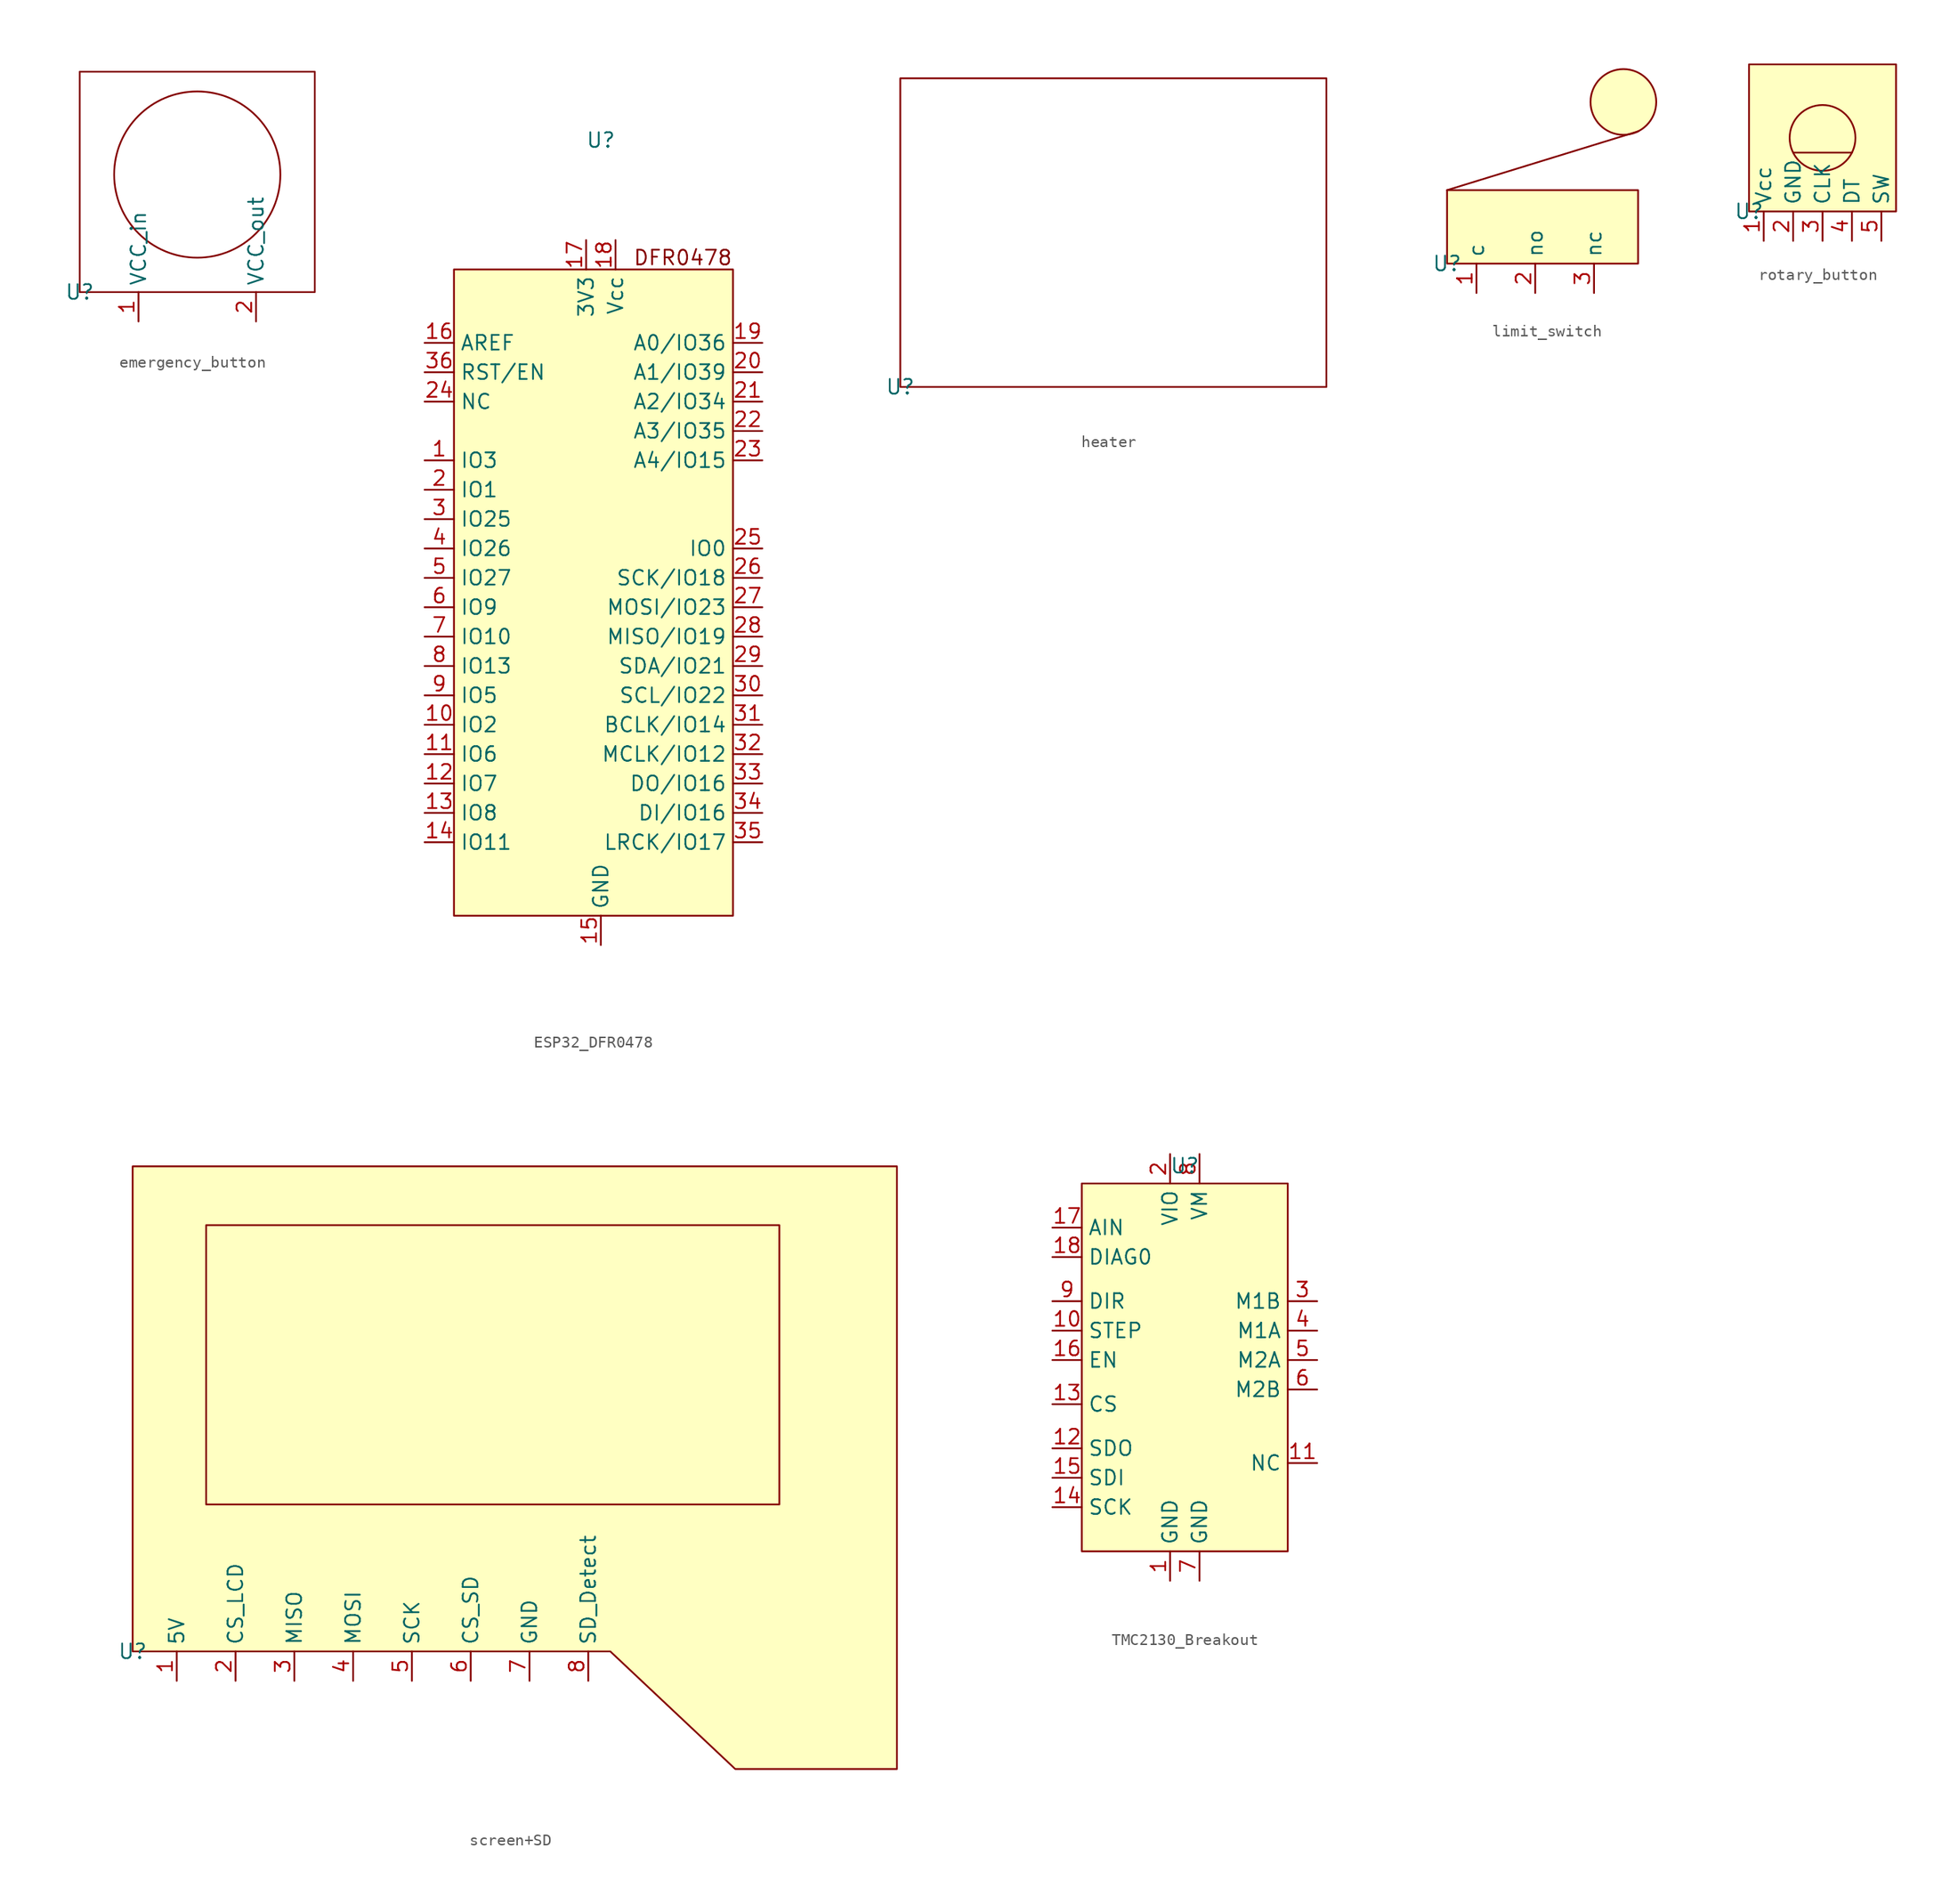
<source format=kicad_sym>
(kicad_symbol_lib
  (version 20241209)
  (generator "kicad_symbol_editor")
  (generator_version "9.0")
  (symbol "emergency_button"
    (property "Reference" "U"
      (at 0 0 0)
      (effects (font (size 1.27 1.27))))
    (property "Value" ""
      (at 0 0 0)
      (effects (font (size 1.27 1.27))))
    (symbol "emergency_button_0_1"
      (rectangle (start 0 19.05) (end 20.32 0) (stroke (width 0) (type default)) (fill (type none)))
      (circle (center 10.16 10.16) (radius 7.184) (stroke (width 0) (type default)) (fill (type none))))
    (symbol "emergency_button_1_1"
      (pin input line (at 5.08 -2.54 90) (length 2.54) (name "VCC_in" (effects (font (size 1.27 1.27)))) (number "1" (effects (font (size 1.27 1.27)))))
      (pin input line (at 15.24 -2.54 90) (length 2.54) (name "VCC_out" (effects (font (size 1.27 1.27)))) (number "2" (effects (font (size 1.27 1.27)))))))
  (symbol "ESP32_DFR0478"
    (property "Reference" "U"
      (at 0 17.526 0)
      (effects (font (size 1.27 1.27))))
    (property "Value" ""
      (at 0 0 0)
      (effects (font (size 1.27 1.27))))
    (symbol "ESP32_DFR0478_1_1"
      (rectangle (start -12.7 6.35) (end 11.43 -49.53) (stroke (width 0) (type solid)) (fill (type background)))
      (text "DFR0478" (at 11.43 7.366 0) (effects (font (size 1.27 1.27)) (justify right)))
      (pin input line (at -15.24 0 0) (length 2.54) (name "AREF" (effects (font (size 1.27 1.27)))) (number "16" (effects (font (size 1.27 1.27)))))
      (pin input line (at -15.24 -2.54 0) (length 2.54) (name "RST/EN" (effects (font (size 1.27 1.27)))) (number "36" (effects (font (size 1.27 1.27)))))
      (pin input line (at -15.24 -5.08 0) (length 2.54) (name "NC" (effects (font (size 1.27 1.27)))) (number "24" (effects (font (size 1.27 1.27)))))
      (pin input line (at -15.24 -10.16 0) (length 2.54) (name "IO3" (effects (font (size 1.27 1.27)))) (number "1" (effects (font (size 1.27 1.27)))))
      (pin input line (at -15.24 -12.7 0) (length 2.54) (name "IO1" (effects (font (size 1.27 1.27)))) (number "2" (effects (font (size 1.27 1.27)))))
      (pin input line (at -15.24 -15.24 0) (length 2.54) (name "IO25" (effects (font (size 1.27 1.27)))) (number "3" (effects (font (size 1.27 1.27)))))
      (pin input line (at -15.24 -17.78 0) (length 2.54) (name "IO26" (effects (font (size 1.27 1.27)))) (number "4" (effects (font (size 1.27 1.27)))))
      (pin input line (at -15.24 -20.32 0) (length 2.54) (name "IO27" (effects (font (size 1.27 1.27)))) (number "5" (effects (font (size 1.27 1.27)))))
      (pin input line (at -15.24 -22.86 0) (length 2.54) (name "IO9" (effects (font (size 1.27 1.27)))) (number "6" (effects (font (size 1.27 1.27)))))
      (pin input line (at -15.24 -25.4 0) (length 2.54) (name "IO10" (effects (font (size 1.27 1.27)))) (number "7" (effects (font (size 1.27 1.27)))))
      (pin input line (at -15.24 -27.94 0) (length 2.54) (name "IO13" (effects (font (size 1.27 1.27)))) (number "8" (effects (font (size 1.27 1.27)))))
      (pin input line (at -15.24 -30.48 0) (length 2.54) (name "IO5" (effects (font (size 1.27 1.27)))) (number "9" (effects (font (size 1.27 1.27)))))
      (pin input line (at -15.24 -33.02 0) (length 2.54) (name "IO2" (effects (font (size 1.27 1.27)))) (number "10" (effects (font (size 1.27 1.27)))))
      (pin input line (at -15.24 -35.56 0) (length 2.54) (name "IO6" (effects (font (size 1.27 1.27)))) (number "11" (effects (font (size 1.27 1.27)))))
      (pin input line (at -15.24 -38.1 0) (length 2.54) (name "IO7" (effects (font (size 1.27 1.27)))) (number "12" (effects (font (size 1.27 1.27)))))
      (pin input line (at -15.24 -40.64 0) (length 2.54) (name "IO8" (effects (font (size 1.27 1.27)))) (number "13" (effects (font (size 1.27 1.27)))))
      (pin input line (at -15.24 -43.18 0) (length 2.54) (name "IO11" (effects (font (size 1.27 1.27)))) (number "14" (effects (font (size 1.27 1.27)))))
      (pin input line (at -1.27 8.89 270) (length 2.54) (name "3V3" (effects (font (size 1.27 1.27)))) (number "17" (effects (font (size 1.27 1.27)))))
      (pin input line (at 0 -52.07 90) (length 2.54) (name "GND" (effects (font (size 1.27 1.27)))) (number "15" (effects (font (size 1.27 1.27)))))
      (pin input line (at 1.27 8.89 270) (length 2.54) (name "Vcc" (effects (font (size 1.27 1.27)))) (number "18" (effects (font (size 1.27 1.27)))))
      (pin input line (at 13.97 0 180) (length 2.54) (name "A0/IO36" (effects (font (size 1.27 1.27)))) (number "19" (effects (font (size 1.27 1.27)))))
      (pin input line (at 13.97 -2.54 180) (length 2.54) (name "A1/IO39" (effects (font (size 1.27 1.27)))) (number "20" (effects (font (size 1.27 1.27)))))
      (pin input line (at 13.97 -5.08 180) (length 2.54) (name "A2/IO34" (effects (font (size 1.27 1.27)))) (number "21" (effects (font (size 1.27 1.27)))))
      (pin input line (at 13.97 -7.62 180) (length 2.54) (name "A3/IO35" (effects (font (size 1.27 1.27)))) (number "22" (effects (font (size 1.27 1.27)))))
      (pin input line (at 13.97 -10.16 180) (length 2.54) (name "A4/IO15" (effects (font (size 1.27 1.27)))) (number "23" (effects (font (size 1.27 1.27)))))
      (pin input line (at 13.97 -17.78 180) (length 2.54) (name "IO0" (effects (font (size 1.27 1.27)))) (number "25" (effects (font (size 1.27 1.27)))))
      (pin input line (at 13.97 -20.32 180) (length 2.54) (name "SCK/IO18" (effects (font (size 1.27 1.27)))) (number "26" (effects (font (size 1.27 1.27)))))
      (pin input line (at 13.97 -22.86 180) (length 2.54) (name "MOSI/IO23" (effects (font (size 1.27 1.27)))) (number "27" (effects (font (size 1.27 1.27)))))
      (pin input line (at 13.97 -25.4 180) (length 2.54) (name "MISO/IO19" (effects (font (size 1.27 1.27)))) (number "28" (effects (font (size 1.27 1.27)))))
      (pin input line (at 13.97 -27.94 180) (length 2.54) (name "SDA/IO21" (effects (font (size 1.27 1.27)))) (number "29" (effects (font (size 1.27 1.27)))))
      (pin input line (at 13.97 -30.48 180) (length 2.54) (name "SCL/IO22" (effects (font (size 1.27 1.27)))) (number "30" (effects (font (size 1.27 1.27)))))
      (pin input line (at 13.97 -33.02 180) (length 2.54) (name "BCLK/IO14" (effects (font (size 1.27 1.27)))) (number "31" (effects (font (size 1.27 1.27)))))
      (pin input line (at 13.97 -35.56 180) (length 2.54) (name "MCLK/IO12" (effects (font (size 1.27 1.27)))) (number "32" (effects (font (size 1.27 1.27)))))
      (pin input line (at 13.97 -38.1 180) (length 2.54) (name "DO/IO16" (effects (font (size 1.27 1.27)))) (number "33" (effects (font (size 1.27 1.27)))))
      (pin input line (at 13.97 -40.64 180) (length 2.54) (name "DI/IO16" (effects (font (size 1.27 1.27)))) (number "34" (effects (font (size 1.27 1.27)))))
      (pin input line (at 13.97 -43.18 180) (length 2.54) (name "LRCK/IO17" (effects (font (size 1.27 1.27)))) (number "35" (effects (font (size 1.27 1.27)))))))
  (symbol "heater"
    (property "Reference" "U"
      (at 0 0 0)
      (effects (font (size 1.27 1.27))))
    (property "Value" ""
      (at 0 0 0)
      (effects (font (size 1.27 1.27))))
    (symbol "heater_0_1"
      (rectangle (start 0 0) (end 36.83 26.67) (stroke (width 0) (type default)) (fill (type none)))))
  (symbol "limit_switch"
    (property "Reference" "U"
      (at 0 0 0)
      (effects (font (size 1.27 1.27))))
    (property "Value" ""
      (at 0 0 0)
      (effects (font (size 1.27 1.27))))
    (symbol "limit_switch_0_1"
      (polyline (pts (xy 0 6.35) (xy 16.51 11.43)) (stroke (width 0) (type default)) (fill (type none))))
    (symbol "limit_switch_1_1"
      (rectangle (start 0 6.35) (end 16.51 0) (stroke (width 0) (type solid)) (fill (type background)))
      (circle (center 15.24 13.97) (radius 2.84) (stroke (width 0) (type solid)) (fill (type background)))
      (pin input line (at 2.54 -2.54 90) (length 2.54) (name "c" (effects (font (size 1.27 1.27)))) (number "1" (effects (font (size 1.27 1.27)))))
      (pin input line (at 7.62 -2.54 90) (length 2.54) (name "no" (effects (font (size 1.27 1.27)))) (number "2" (effects (font (size 1.27 1.27)))))
      (pin input line (at 12.7 -2.54 90) (length 2.54) (name "nc" (effects (font (size 1.27 1.27)))) (number "3" (effects (font (size 1.27 1.27)))))))
  (symbol "rotary_button"
    (property "Reference" "U"
      (at 0 0 0)
      (effects (font (size 1.27 1.27))))
    (property "Value" ""
      (at 0 0 0)
      (effects (font (size 1.27 1.27))))
    (symbol "rotary_button_0_1"
      (polyline (pts (xy 3.81 5.08) (xy 8.89 5.08)) (stroke (width 0) (type default)) (fill (type none)))
      (circle (center 6.35 6.35) (radius 2.84) (stroke (width 0) (type default)) (fill (type none))))
    (symbol "rotary_button_1_1"
      (rectangle (start 0 12.7) (end 12.7 0) (stroke (width 0) (type solid)) (fill (type background)))
      (pin input line (at 1.27 -2.54 90) (length 2.54) (name "Vcc" (effects (font (size 1.27 1.27)))) (number "1" (effects (font (size 1.27 1.27)))))
      (pin input line (at 3.81 -2.54 90) (length 2.54) (name "GND" (effects (font (size 1.27 1.27)))) (number "2" (effects (font (size 1.27 1.27)))))
      (pin input line (at 6.35 -2.54 90) (length 2.54) (name "CLK" (effects (font (size 1.27 1.27)))) (number "3" (effects (font (size 1.27 1.27)))))
      (pin input line (at 8.89 -2.54 90) (length 2.54) (name "DT" (effects (font (size 1.27 1.27)))) (number "4" (effects (font (size 1.27 1.27)))))
      (pin input line (at 11.43 -2.54 90) (length 2.54) (name "SW" (effects (font (size 1.27 1.27)))) (number "5" (effects (font (size 1.27 1.27)))))))
  (symbol "screen+SD"
    (property "Reference" "U"
      (at 0 0 0)
      (effects (font (size 1.27 1.27))))
    (property "Value" ""
      (at 0 0 0)
      (effects (font (size 1.27 1.27))))
    (symbol "screen+SD_1_1"
      (polyline (pts (xy 0 0) (xy 41.275 0) (xy 52.07 -10.16) (xy 66.04 -10.16) (xy 66.04 41.91) (xy 0 41.91) (xy 0 0)) (stroke (width 0) (type solid)) (fill (type background)))
      (rectangle (start 6.35 36.83) (end 55.88 12.7) (stroke (width 0) (type default)) (fill (type none)))
      (pin input line (at 3.81 -2.54 90) (length 2.54) (name "5V" (effects (font (size 1.27 1.27)))) (number "1" (effects (font (size 1.27 1.27)))))
      (pin input line (at 8.89 -2.54 90) (length 2.54) (name "CS_LCD" (effects (font (size 1.27 1.27)))) (number "2" (effects (font (size 1.27 1.27)))))
      (pin input line (at 13.97 -2.54 90) (length 2.54) (name "MISO" (effects (font (size 1.27 1.27)))) (number "3" (effects (font (size 1.27 1.27)))))
      (pin input line (at 19.05 -2.54 90) (length 2.54) (name "MOSI" (effects (font (size 1.27 1.27)))) (number "4" (effects (font (size 1.27 1.27)))))
      (pin input line (at 24.13 -2.54 90) (length 2.54) (name "SCK" (effects (font (size 1.27 1.27)))) (number "5" (effects (font (size 1.27 1.27)))))
      (pin input line (at 29.21 -2.54 90) (length 2.54) (name "CS_SD" (effects (font (size 1.27 1.27)))) (number "6" (effects (font (size 1.27 1.27)))))
      (pin input line (at 34.29 -2.54 90) (length 2.54) (name "GND" (effects (font (size 1.27 1.27)))) (number "7" (effects (font (size 1.27 1.27)))))
      (pin input line (at 39.37 -2.54 90) (length 2.54) (name "SD_Detect" (effects (font (size 1.27 1.27)))) (number "8" (effects (font (size 1.27 1.27)))))))
  (symbol "TMC2130_Breakout"
    (property "Reference" "U"
      (at 0 23.114 0)
      (effects (font (size 1.27 1.27))))
    (property "Value" ""
      (at 0 0 0)
      (effects (font (size 1.27 1.27))))
    (symbol "TMC2130_Breakout_1_1"
      (rectangle (start -8.89 21.59) (end 8.89 -10.16) (stroke (width 0) (type default)) (fill (type background)))
      (pin input line (at -11.43 17.78 0) (length 2.54) (name "AIN" (effects (font (size 1.27 1.27)))) (number "17" (effects (font (size 1.27 1.27)))))
      (pin input line (at -11.43 15.24 0) (length 2.54) (name "DIAG0" (effects (font (size 1.27 1.27)))) (number "18" (effects (font (size 1.27 1.27)))))
      (pin input line (at -11.43 11.43 0) (length 2.54) (name "DIR" (effects (font (size 1.27 1.27)))) (number "9" (effects (font (size 1.27 1.27)))))
      (pin input line (at -11.43 8.89 0) (length 2.54) (name "STEP" (effects (font (size 1.27 1.27)))) (number "10" (effects (font (size 1.27 1.27)))))
      (pin input line (at -11.43 6.35 0) (length 2.54) (name "EN" (effects (font (size 1.27 1.27)))) (number "16" (effects (font (size 1.27 1.27)))))
      (pin input line (at -11.43 2.54 0) (length 2.54) (name "CS" (effects (font (size 1.27 1.27)))) (number "13" (effects (font (size 1.27 1.27)))))
      (pin input line (at -11.43 -1.27 0) (length 2.54) (name "SDO" (effects (font (size 1.27 1.27)))) (number "12" (effects (font (size 1.27 1.27)))))
      (pin input line (at -11.43 -3.81 0) (length 2.54) (name "SDI" (effects (font (size 1.27 1.27)))) (number "15" (effects (font (size 1.27 1.27)))))
      (pin input line (at -11.43 -6.35 0) (length 2.54) (name "SCK" (effects (font (size 1.27 1.27)))) (number "14" (effects (font (size 1.27 1.27)))))
      (pin input line (at -1.27 24.13 270) (length 2.54) (name "VIO" (effects (font (size 1.27 1.27)))) (number "2" (effects (font (size 1.27 1.27)))))
      (pin input line (at -1.27 -12.7 90) (length 2.54) (name "GND" (effects (font (size 1.27 1.27)))) (number "1" (effects (font (size 1.27 1.27)))))
      (pin input line (at 1.27 24.13 270) (length 2.54) (name "VM" (effects (font (size 1.27 1.27)))) (number "8" (effects (font (size 1.27 1.27)))))
      (pin input line (at 1.27 -12.7 90) (length 2.54) (name "GND" (effects (font (size 1.27 1.27)))) (number "7" (effects (font (size 1.27 1.27)))))
      (pin input line (at 11.43 11.43 180) (length 2.54) (name "M1B" (effects (font (size 1.27 1.27)))) (number "3" (effects (font (size 1.27 1.27)))))
      (pin input line (at 11.43 8.89 180) (length 2.54) (name "M1A" (effects (font (size 1.27 1.27)))) (number "4" (effects (font (size 1.27 1.27)))))
      (pin input line (at 11.43 6.35 180) (length 2.54) (name "M2A" (effects (font (size 1.27 1.27)))) (number "5" (effects (font (size 1.27 1.27)))))
      (pin input line (at 11.43 3.81 180) (length 2.54) (name "M2B" (effects (font (size 1.27 1.27)))) (number "6" (effects (font (size 1.27 1.27)))))
      (pin input line (at 11.43 -2.54 180) (length 2.54) (name "NC" (effects (font (size 1.27 1.27)))) (number "11" (effects (font (size 1.27 1.27))))))))
</source>
